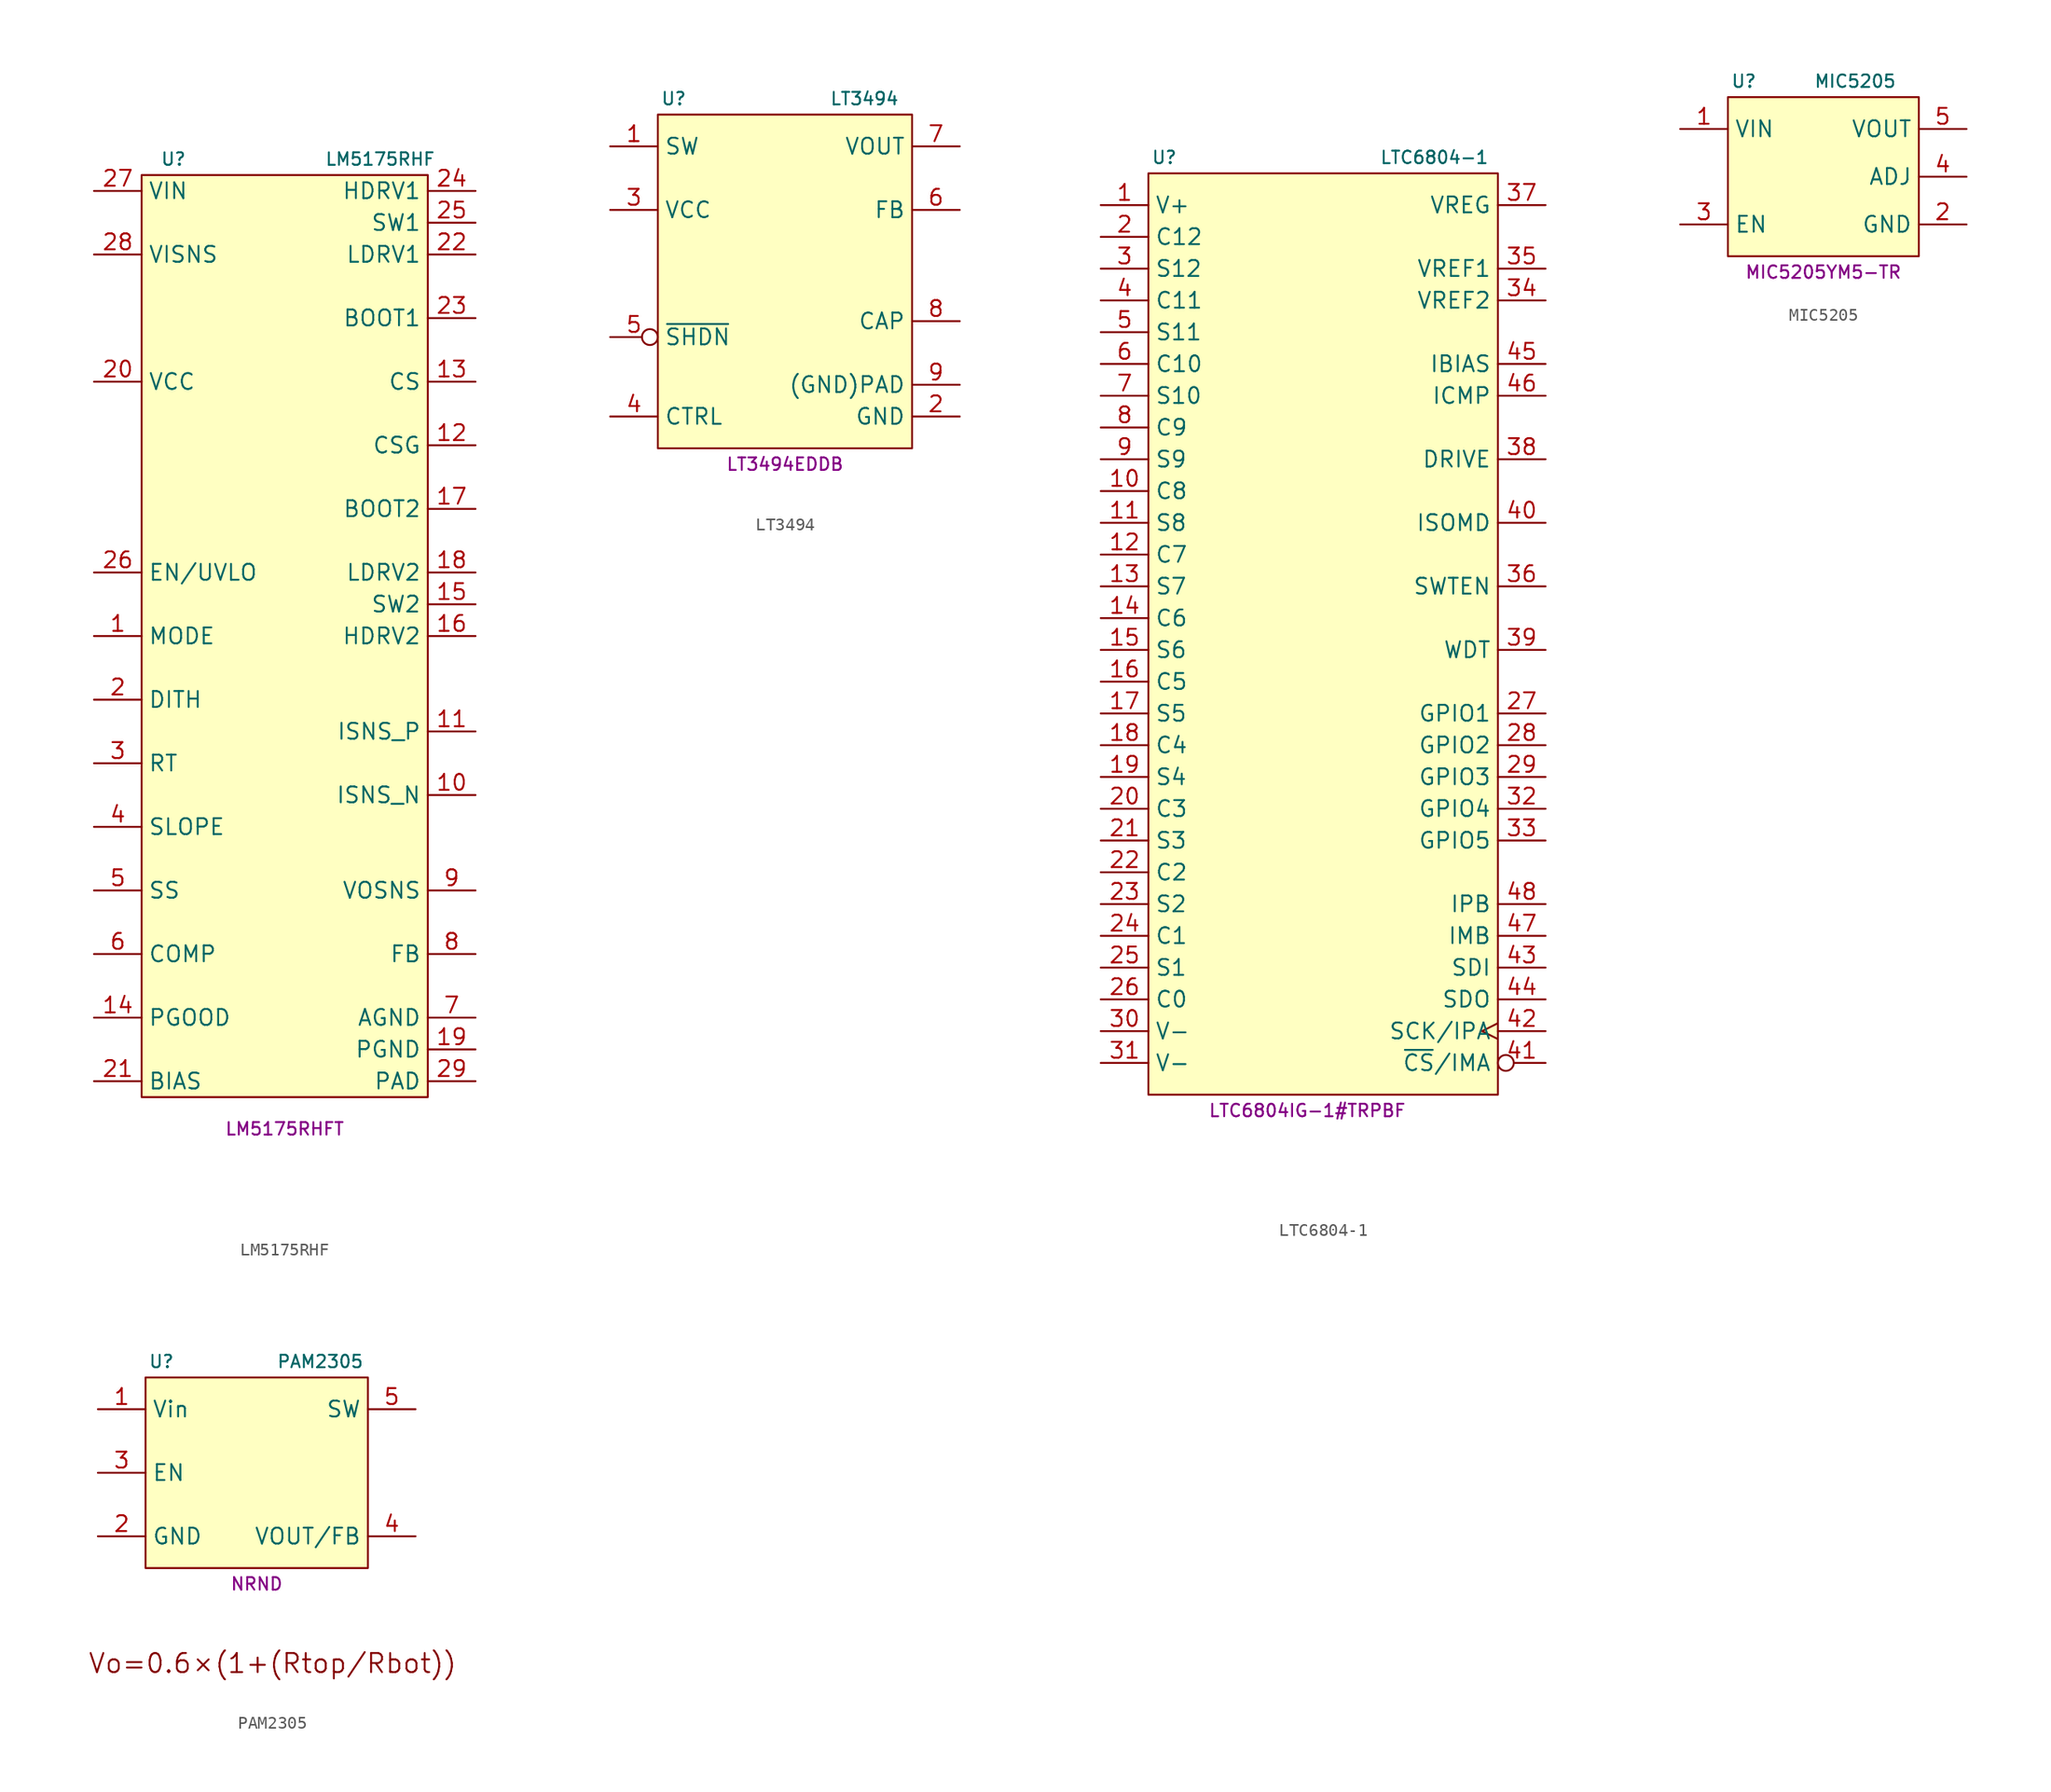
<source format=kicad_sym>
(kicad_symbol_lib
  (version 20231120)
  (generator "kicad_symbol_editor")
  (generator_version "8.0")
  (symbol "LM5175RHF"
    (property "Reference" "U"
      (at -8.89 30.48 0)
      (effects (font (size 1 1))))
    (property "Value" "LM5175RHF"
      (at 7.62 30.48 0)
      (effects (font (size 1 1))))
    (property "MPN" "LM5175RHFT"
      (at 0 -46.99 0)
      (effects (font (size 1 1))))
    (symbol "LM5175RHF_0_1"
      (rectangle (start -11.43 -44.45) (end 11.43 29.21) (stroke (width 0) (type default)) (fill (type background))))
    (symbol "LM5175RHF_1_1"
      (pin input line (at -15.24 -7.62 0) (length 3.81) (name "MODE" (effects (font (size 1.27 1.27)))) (number "1" (effects (font (size 1.27 1.27)))))
      (pin passive line (at 15.24 -20.32 180) (length 3.81) (name "ISNS_N" (effects (font (size 1.27 1.27)))) (number "10" (effects (font (size 1.27 1.27)))))
      (pin passive line (at 15.24 -15.24 180) (length 3.81) (name "ISNS_P" (effects (font (size 1.27 1.27)))) (number "11" (effects (font (size 1.27 1.27)))))
      (pin passive line (at 15.24 7.62 180) (length 3.81) (name "CSG" (effects (font (size 1.27 1.27)))) (number "12" (effects (font (size 1.27 1.27)))))
      (pin passive line (at 15.24 12.7 180) (length 3.81) (name "CS" (effects (font (size 1.27 1.27)))) (number "13" (effects (font (size 1.27 1.27)))))
      (pin open_collector line (at -15.24 -38.1 0) (length 3.81) (name "PGOOD" (effects (font (size 1.27 1.27)))) (number "14" (effects (font (size 1.27 1.27)))))
      (pin passive line (at 15.24 -5.08 180) (length 3.81) (name "SW2" (effects (font (size 1.27 1.27)))) (number "15" (effects (font (size 1.27 1.27)))))
      (pin power_out line (at 15.24 -7.62 180) (length 3.81) (name "HDRV2" (effects (font (size 1.27 1.27)))) (number "16" (effects (font (size 1.27 1.27)))))
      (pin passive line (at 15.24 2.54 180) (length 3.81) (name "BOOT2" (effects (font (size 1.27 1.27)))) (number "17" (effects (font (size 1.27 1.27)))))
      (pin power_out line (at 15.24 -2.54 180) (length 3.81) (name "LDRV2" (effects (font (size 1.27 1.27)))) (number "18" (effects (font (size 1.27 1.27)))))
      (pin power_out line (at 15.24 -40.64 180) (length 3.81) (name "PGND" (effects (font (size 1.27 1.27)))) (number "19" (effects (font (size 1.27 1.27)))))
      (pin passive line (at -15.24 -12.7 0) (length 3.81) (name "DITH" (effects (font (size 1.27 1.27)))) (number "2" (effects (font (size 1.27 1.27)))))
      (pin power_in line (at -15.24 12.7 0) (length 3.81) (name "VCC" (effects (font (size 1.27 1.27)))) (number "20" (effects (font (size 1.27 1.27)))))
      (pin passive line (at -15.24 -43.18 0) (length 3.81) (name "BIAS" (effects (font (size 1.27 1.27)))) (number "21" (effects (font (size 1.27 1.27)))))
      (pin power_out line (at 15.24 22.86 180) (length 3.81) (name "LDRV1" (effects (font (size 1.27 1.27)))) (number "22" (effects (font (size 1.27 1.27)))))
      (pin passive line (at 15.24 17.78 180) (length 3.81) (name "BOOT1" (effects (font (size 1.27 1.27)))) (number "23" (effects (font (size 1.27 1.27)))))
      (pin power_out line (at 15.24 27.94 180) (length 3.81) (name "HDRV1" (effects (font (size 1.27 1.27)))) (number "24" (effects (font (size 1.27 1.27)))))
      (pin passive line (at 15.24 25.4 180) (length 3.81) (name "SW1" (effects (font (size 1.27 1.27)))) (number "25" (effects (font (size 1.27 1.27)))))
      (pin input line (at -15.24 -2.54 0) (length 3.81) (name "EN/UVLO" (effects (font (size 1.27 1.27)))) (number "26" (effects (font (size 1.27 1.27)))))
      (pin power_in line (at -15.24 27.94 0) (length 3.81) (name "VIN" (effects (font (size 1.27 1.27)))) (number "27" (effects (font (size 1.27 1.27)))))
      (pin passive line (at -15.24 22.86 0) (length 3.81) (name "VISNS" (effects (font (size 1.27 1.27)))) (number "28" (effects (font (size 1.27 1.27)))))
      (pin passive line (at 15.24 -43.18 180) (length 3.81) (name "PAD" (effects (font (size 1.27 1.27)))) (number "29" (effects (font (size 1.27 1.27)))))
      (pin passive line (at -15.24 -17.78 0) (length 3.81) (name "RT" (effects (font (size 1.27 1.27)))) (number "3" (effects (font (size 1.27 1.27)))))
      (pin passive line (at -15.24 -22.86 0) (length 3.81) (name "SLOPE" (effects (font (size 1.27 1.27)))) (number "4" (effects (font (size 1.27 1.27)))))
      (pin passive line (at -15.24 -27.94 0) (length 3.81) (name "SS" (effects (font (size 1.27 1.27)))) (number "5" (effects (font (size 1.27 1.27)))))
      (pin passive line (at -15.24 -33.02 0) (length 3.81) (name "COMP" (effects (font (size 1.27 1.27)))) (number "6" (effects (font (size 1.27 1.27)))))
      (pin power_in line (at 15.24 -38.1 180) (length 3.81) (name "AGND" (effects (font (size 1.27 1.27)))) (number "7" (effects (font (size 1.27 1.27)))))
      (pin passive line (at 15.24 -33.02 180) (length 3.81) (name "FB" (effects (font (size 1.27 1.27)))) (number "8" (effects (font (size 1.27 1.27)))))
      (pin passive line (at 15.24 -27.94 180) (length 3.81) (name "VOSNS" (effects (font (size 1.27 1.27)))) (number "9" (effects (font (size 1.27 1.27)))))))
  (symbol "LT3494"
    (property "Reference" "U"
      (at -8.89 13.97 0)
      (effects (font (size 1 1))))
    (property "Value" "LT3494"
      (at 6.35 13.97 0)
      (effects (font (size 1 1))))
    (property "MPN" "LT3494EDDB"
      (at 0 -15.24 0)
      (effects (font (size 1 1))))
    (symbol "LT3494_0_1"
      (rectangle (start -10.16 12.7) (end 10.16 -13.97) (stroke (width 0.152) (type default)) (fill (type background))))
    (symbol "LT3494_1_1"
      (pin power_in line (at -13.97 10.16 0) (length 3.81) (name "SW" (effects (font (size 1.27 1.27)))) (number "1" (effects (font (size 1.27 1.27)))))
      (pin power_in line (at 13.97 -11.43 180) (length 3.81) (name "GND" (effects (font (size 1.27 1.27)))) (number "2" (effects (font (size 1.27 1.27)))))
      (pin power_in line (at -13.97 5.08 0) (length 3.81) (name "VCC" (effects (font (size 1.27 1.27)))) (number "3" (effects (font (size 1.27 1.27)))))
      (pin input line (at -13.97 -11.43 0) (length 3.81) (name "CTRL" (effects (font (size 1.27 1.27)))) (number "4" (effects (font (size 1.27 1.27)))))
      (pin input inverted (at -13.97 -5.08 0) (length 3.81) (name "~{SHDN}" (effects (font (size 1.27 1.27)))) (number "5" (effects (font (size 1.27 1.27)))))
      (pin input line (at 13.97 5.08 180) (length 3.81) (name "FB" (effects (font (size 1.27 1.27)))) (number "6" (effects (font (size 1.27 1.27)))))
      (pin output line (at 13.97 10.16 180) (length 3.81) (name "VOUT" (effects (font (size 1.27 1.27)))) (number "7" (effects (font (size 1.27 1.27)))))
      (pin passive line (at 13.97 -3.81 180) (length 3.81) (name "CAP" (effects (font (size 1.27 1.27)))) (number "8" (effects (font (size 1.27 1.27)))))
      (pin power_in line (at 13.97 -8.89 180) (length 3.81) (name "(GND)PAD" (effects (font (size 1.27 1.27)))) (number "9" (effects (font (size 1.27 1.27)))))))
  (symbol "LTC6804-1"
    (property "Reference" "U"
      (at -11.43 36.83 0)
      (effects (font (size 1 1))))
    (property "Value" "LTC6804-1"
      (at 10.16 36.83 0)
      (effects (font (size 1 1))))
    (property "MPN" "LTC6804IG-1#TRPBF"
      (at 0 -39.37 0)
      (effects (font (size 1 1))))
    (symbol "LTC6804-1_0_1"
      (rectangle (start -12.7 35.56) (end 15.24 -38.1) (stroke (width 0.152) (type default)) (fill (type background))))
    (symbol "LTC6804-1_1_1"
      (pin power_in line (at -16.51 33.02 0) (length 3.81) (name "V+" (effects (font (size 1.27 1.27)))) (number "1" (effects (font (size 1.27 1.27)))))
      (pin input line (at -16.51 10.16 0) (length 3.81) (name "C8" (effects (font (size 1.27 1.27)))) (number "10" (effects (font (size 1.27 1.27)))))
      (pin bidirectional line (at -16.51 7.62 0) (length 3.81) (name "S8" (effects (font (size 1.27 1.27)))) (number "11" (effects (font (size 1.27 1.27)))))
      (pin input line (at -16.51 5.08 0) (length 3.81) (name "C7" (effects (font (size 1.27 1.27)))) (number "12" (effects (font (size 1.27 1.27)))))
      (pin bidirectional line (at -16.51 2.54 0) (length 3.81) (name "S7" (effects (font (size 1.27 1.27)))) (number "13" (effects (font (size 1.27 1.27)))))
      (pin input line (at -16.51 0 0) (length 3.81) (name "C6" (effects (font (size 1.27 1.27)))) (number "14" (effects (font (size 1.27 1.27)))))
      (pin bidirectional line (at -16.51 -2.54 0) (length 3.81) (name "S6" (effects (font (size 1.27 1.27)))) (number "15" (effects (font (size 1.27 1.27)))))
      (pin input line (at -16.51 -5.08 0) (length 3.81) (name "C5" (effects (font (size 1.27 1.27)))) (number "16" (effects (font (size 1.27 1.27)))))
      (pin bidirectional line (at -16.51 -7.62 0) (length 3.81) (name "S5" (effects (font (size 1.27 1.27)))) (number "17" (effects (font (size 1.27 1.27)))))
      (pin input line (at -16.51 -10.16 0) (length 3.81) (name "C4" (effects (font (size 1.27 1.27)))) (number "18" (effects (font (size 1.27 1.27)))))
      (pin bidirectional line (at -16.51 -12.7 0) (length 3.81) (name "S4" (effects (font (size 1.27 1.27)))) (number "19" (effects (font (size 1.27 1.27)))))
      (pin input line (at -16.51 30.48 0) (length 3.81) (name "C12" (effects (font (size 1.27 1.27)))) (number "2" (effects (font (size 1.27 1.27)))))
      (pin input line (at -16.51 -15.24 0) (length 3.81) (name "C3" (effects (font (size 1.27 1.27)))) (number "20" (effects (font (size 1.27 1.27)))))
      (pin bidirectional line (at -16.51 -17.78 0) (length 3.81) (name "S3" (effects (font (size 1.27 1.27)))) (number "21" (effects (font (size 1.27 1.27)))))
      (pin input line (at -16.51 -20.32 0) (length 3.81) (name "C2" (effects (font (size 1.27 1.27)))) (number "22" (effects (font (size 1.27 1.27)))))
      (pin bidirectional line (at -16.51 -22.86 0) (length 3.81) (name "S2" (effects (font (size 1.27 1.27)))) (number "23" (effects (font (size 1.27 1.27)))))
      (pin input line (at -16.51 -25.4 0) (length 3.81) (name "C1" (effects (font (size 1.27 1.27)))) (number "24" (effects (font (size 1.27 1.27)))))
      (pin bidirectional line (at -16.51 -27.94 0) (length 3.81) (name "S1" (effects (font (size 1.27 1.27)))) (number "25" (effects (font (size 1.27 1.27)))))
      (pin input line (at -16.51 -30.48 0) (length 3.81) (name "C0" (effects (font (size 1.27 1.27)))) (number "26" (effects (font (size 1.27 1.27)))))
      (pin bidirectional line (at 19.05 -7.62 180) (length 3.81) (name "GPIO1" (effects (font (size 1.27 1.27)))) (number "27" (effects (font (size 1.27 1.27)))))
      (pin bidirectional line (at 19.05 -10.16 180) (length 3.81) (name "GPIO2" (effects (font (size 1.27 1.27)))) (number "28" (effects (font (size 1.27 1.27)))))
      (pin bidirectional line (at 19.05 -12.7 180) (length 3.81) (name "GPIO3" (effects (font (size 1.27 1.27)))) (number "29" (effects (font (size 1.27 1.27)))))
      (pin bidirectional line (at -16.51 27.94 0) (length 3.81) (name "S12" (effects (font (size 1.27 1.27)))) (number "3" (effects (font (size 1.27 1.27)))))
      (pin input line (at -16.51 -33.02 0) (length 3.81) (name "V-" (effects (font (size 1.27 1.27)))) (number "30" (effects (font (size 1.27 1.27)))))
      (pin input line (at -16.51 -35.56 0) (length 3.81) (name "V-" (effects (font (size 1.27 1.27)))) (number "31" (effects (font (size 1.27 1.27)))))
      (pin bidirectional line (at 19.05 -15.24 180) (length 3.81) (name "GPIO4" (effects (font (size 1.27 1.27)))) (number "32" (effects (font (size 1.27 1.27)))))
      (pin bidirectional line (at 19.05 -17.78 180) (length 3.81) (name "GPIO5" (effects (font (size 1.27 1.27)))) (number "33" (effects (font (size 1.27 1.27)))))
      (pin passive line (at 19.05 25.4 180) (length 3.81) (name "VREF2" (effects (font (size 1.27 1.27)))) (number "34" (effects (font (size 1.27 1.27)))))
      (pin passive line (at 19.05 27.94 180) (length 3.81) (name "VREF1" (effects (font (size 1.27 1.27)))) (number "35" (effects (font (size 1.27 1.27)))))
      (pin input line (at 19.05 2.54 180) (length 3.81) (name "SWTEN" (effects (font (size 1.27 1.27)))) (number "36" (effects (font (size 1.27 1.27)))))
      (pin power_in line (at 19.05 33.02 180) (length 3.81) (name "VREG" (effects (font (size 1.27 1.27)))) (number "37" (effects (font (size 1.27 1.27)))))
      (pin output line (at 19.05 12.7 180) (length 3.81) (name "DRIVE" (effects (font (size 1.27 1.27)))) (number "38" (effects (font (size 1.27 1.27)))))
      (pin output line (at 19.05 -2.54 180) (length 3.81) (name "WDT" (effects (font (size 1.27 1.27)))) (number "39" (effects (font (size 1.27 1.27)))))
      (pin input line (at -16.51 25.4 0) (length 3.81) (name "C11" (effects (font (size 1.27 1.27)))) (number "4" (effects (font (size 1.27 1.27)))))
      (pin input line (at 19.05 7.62 180) (length 3.81) (name "ISOMD" (effects (font (size 1.27 1.27)))) (number "40" (effects (font (size 1.27 1.27)))))
      (pin bidirectional inverted (at 19.05 -35.56 180) (length 3.81) (name "~{CS}/IMA" (effects (font (size 1.27 1.27)))) (number "41" (effects (font (size 1.27 1.27)))))
      (pin bidirectional clock (at 19.05 -33.02 180) (length 3.81) (name "SCK/IPA" (effects (font (size 1.27 1.27)))) (number "42" (effects (font (size 1.27 1.27)))))
      (pin input line (at 19.05 -27.94 180) (length 3.81) (name "SDI" (effects (font (size 1.27 1.27)))) (number "43" (effects (font (size 1.27 1.27)))))
      (pin output line (at 19.05 -30.48 180) (length 3.81) (name "SDO" (effects (font (size 1.27 1.27)))) (number "44" (effects (font (size 1.27 1.27)))))
      (pin passive line (at 19.05 20.32 180) (length 3.81) (name "IBIAS" (effects (font (size 1.27 1.27)))) (number "45" (effects (font (size 1.27 1.27)))))
      (pin input line (at 19.05 17.78 180) (length 3.81) (name "ICMP" (effects (font (size 1.27 1.27)))) (number "46" (effects (font (size 1.27 1.27)))))
      (pin bidirectional line (at 19.05 -25.4 180) (length 3.81) (name "IMB" (effects (font (size 1.27 1.27)))) (number "47" (effects (font (size 1.27 1.27)))))
      (pin bidirectional line (at 19.05 -22.86 180) (length 3.81) (name "IPB" (effects (font (size 1.27 1.27)))) (number "48" (effects (font (size 1.27 1.27)))))
      (pin bidirectional line (at -16.51 22.86 0) (length 3.81) (name "S11" (effects (font (size 1.27 1.27)))) (number "5" (effects (font (size 1.27 1.27)))))
      (pin input line (at -16.51 20.32 0) (length 3.81) (name "C10" (effects (font (size 1.27 1.27)))) (number "6" (effects (font (size 1.27 1.27)))))
      (pin bidirectional line (at -16.51 17.78 0) (length 3.81) (name "S10" (effects (font (size 1.27 1.27)))) (number "7" (effects (font (size 1.27 1.27)))))
      (pin input line (at -16.51 15.24 0) (length 3.81) (name "C9" (effects (font (size 1.27 1.27)))) (number "8" (effects (font (size 1.27 1.27)))))
      (pin bidirectional line (at -16.51 12.7 0) (length 3.81) (name "S9" (effects (font (size 1.27 1.27)))) (number "9" (effects (font (size 1.27 1.27)))))))
  (symbol "MIC5205"
    (property "Reference" "U"
      (at -6.35 7.62 0)
      (effects (font (size 1 1))))
    (property "Value" "MIC5205"
      (at 2.54 7.62 0)
      (effects (font (size 1 1))))
    (property "MPN" "MIC5205YM5-TR"
      (at 0 -7.62 0)
      (effects (font (size 1 1))))
    (symbol "MIC5205_1_1"
      (rectangle (start -7.62 6.35) (end 7.62 -6.35) (stroke (width 0) (type default)) (fill (type background)))
      (pin power_in line (at -11.43 3.81 0) (length 3.81) (name "VIN" (effects (font (size 1.27 1.27)))) (number "1" (effects (font (size 1.27 1.27)))))
      (pin power_in line (at 11.43 -3.81 180) (length 3.81) (name "GND" (effects (font (size 1.27 1.27)))) (number "2" (effects (font (size 1.27 1.27)))))
      (pin input line (at -11.43 -3.81 0) (length 3.81) (name "EN" (effects (font (size 1.27 1.27)))) (number "3" (effects (font (size 1.27 1.27)))))
      (pin passive line (at 11.43 0 180) (length 3.81) (name "ADJ" (effects (font (size 1.27 1.27)))) (number "4" (effects (font (size 1.27 1.27)))))
      (pin power_out line (at 11.43 3.81 180) (length 3.81) (name "VOUT" (effects (font (size 1.27 1.27)))) (number "5" (effects (font (size 1.27 1.27)))))))
  (symbol "PAM2305"
    (property "Reference" "U"
      (at -7.62 8.89 0)
      (effects (font (size 1 1))))
    (property "Value" "PAM2305"
      (at 5.08 8.89 0)
      (effects (font (size 1 1))))
    (property "MPN" "NRND"
      (at 0 -8.89 0)
      (effects (font (size 1 1))))
    (symbol "PAM2305_0_0"
      (text "Vo=0.6×(1+(Rtop/Rbot))" (at 1.27 -15.24 0) (effects (font (size 1.524 1.524)))))
    (symbol "PAM2305_0_1"
      (rectangle (start -8.89 7.62) (end 8.89 -7.62) (stroke (width 0) (type default)) (fill (type background))))
    (symbol "PAM2305_1_1"
      (pin power_in line (at -12.7 5.08 0) (length 3.81) (name "Vin" (effects (font (size 1.27 1.27)))) (number "1" (effects (font (size 1.27 1.27)))))
      (pin power_in line (at -12.7 -5.08 0) (length 3.81) (name "GND" (effects (font (size 1.27 1.27)))) (number "2" (effects (font (size 1.27 1.27)))))
      (pin input line (at -12.7 0 0) (length 3.81) (name "EN" (effects (font (size 1.27 1.27)))) (number "3" (effects (font (size 1.27 1.27)))))
      (pin passive line (at 12.7 -5.08 180) (length 3.81) (name "VOUT/FB" (effects (font (size 1.27 1.27)))) (number "4" (effects (font (size 1.27 1.27)))))
      (pin power_out line (at 12.7 5.08 180) (length 3.81) (name "SW" (effects (font (size 1.27 1.27)))) (number "5" (effects (font (size 1.27 1.27))))))))
</source>
